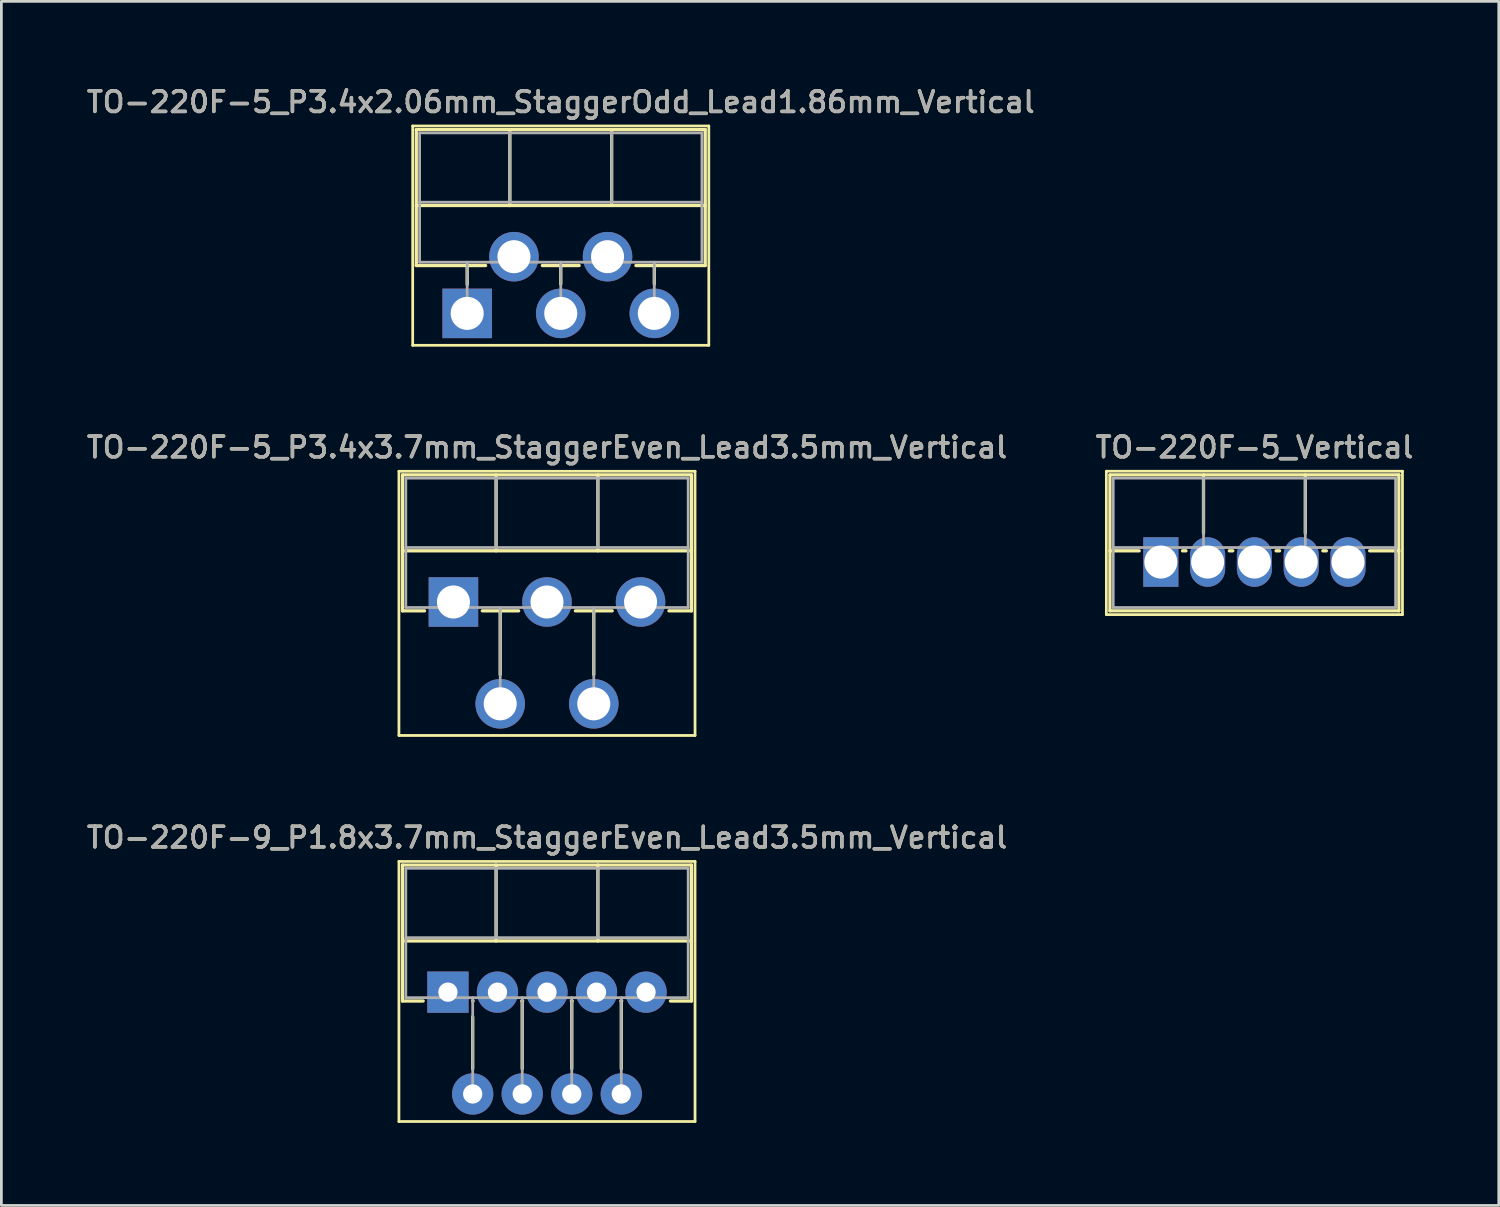
<source format=kicad_pcb>
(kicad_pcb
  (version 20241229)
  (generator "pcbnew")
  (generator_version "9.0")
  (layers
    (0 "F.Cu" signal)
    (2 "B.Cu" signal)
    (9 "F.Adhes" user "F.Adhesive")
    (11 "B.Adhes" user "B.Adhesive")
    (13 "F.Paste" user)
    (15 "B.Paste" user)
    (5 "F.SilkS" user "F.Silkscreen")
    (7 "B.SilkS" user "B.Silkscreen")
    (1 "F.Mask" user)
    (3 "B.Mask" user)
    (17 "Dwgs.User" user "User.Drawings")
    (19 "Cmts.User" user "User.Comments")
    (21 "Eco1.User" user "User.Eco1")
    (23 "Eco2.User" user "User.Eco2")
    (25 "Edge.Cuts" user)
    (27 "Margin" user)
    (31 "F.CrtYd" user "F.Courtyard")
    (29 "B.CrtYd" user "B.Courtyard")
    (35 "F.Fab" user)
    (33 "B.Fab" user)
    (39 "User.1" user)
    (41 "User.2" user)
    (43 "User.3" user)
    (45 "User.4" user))
  (footprint "TO-220F-5_P3.4x2.06mm_StaggerOdd_Lead1.86mm_Vertical"
    (layer "F.Cu")
    (at 13.927 8.338)
    (property "Reference" "TO-220F-5_P3.4x2.06mm_StaggerOdd_Lead1.86mm_Vertical" (at 3.4 -7.68 0) (layer "F.SilkS") (effects (font (size 0.75 0.75) (thickness 0.125))))
    (attr through_hole)
    (fp_line (start -1.98 -6.81) (end -1.98 1.16) (stroke (width 0.1) (type solid)) (layer "F.SilkS"))
    (fp_line (start -1.98 1.16) (end 8.78 1.16) (stroke (width 0.1) (type solid)) (layer "F.SilkS"))
    (fp_line (start -1.85 -6.68) (end -1.85 -1.739) (stroke (width 0.12) (type solid)) (layer "F.SilkS"))
    (fp_line (start -1.85 -6.68) (end 8.65 -6.68) (stroke (width 0.12) (type solid)) (layer "F.SilkS"))
    (fp_line (start -1.85 -3.921) (end 8.65 -3.921) (stroke (width 0.12) (type solid)) (layer "F.SilkS"))
    (fp_line (start -1.85 -1.739) (end 0.669 -1.739) (stroke (width 0.12) (type solid)) (layer "F.SilkS"))
    (fp_line (start 0 -1.739) (end 0 -1.05) (stroke (width 0.12) (type solid)) (layer "F.SilkS"))
    (fp_line (start 1.55 -6.68) (end 1.55 -3.921) (stroke (width 0.12) (type solid)) (layer "F.SilkS"))
    (fp_line (start 2.732 -1.739) (end 4.069 -1.739) (stroke (width 0.12) (type solid)) (layer "F.SilkS"))
    (fp_line (start 3.4 -1.739) (end 3.4 -1.065) (stroke (width 0.12) (type solid)) (layer "F.SilkS"))
    (fp_line (start 5.25 -6.68) (end 5.25 -3.921) (stroke (width 0.12) (type solid)) (layer "F.SilkS"))
    (fp_line (start 6.132 -1.739) (end 8.65 -1.739) (stroke (width 0.12) (type solid)) (layer "F.SilkS"))
    (fp_line (start 6.8 -1.739) (end 6.8 -1.065) (stroke (width 0.12) (type solid)) (layer "F.SilkS"))
    (fp_line (start 8.65 -6.68) (end 8.65 -1.739) (stroke (width 0.12) (type solid)) (layer "F.SilkS"))
    (fp_line (start 8.78 -6.81) (end -1.98 -6.81) (stroke (width 0.1) (type solid)) (layer "F.SilkS"))
    (fp_line (start 8.78 1.16) (end 8.78 -6.81) (stroke (width 0.1) (type solid)) (layer "F.SilkS"))
    (fp_line (start -1.73 -6.56) (end -1.73 -1.86) (stroke (width 0.1) (type solid)) (layer "F.Fab"))
    (fp_line (start -1.73 -4.04) (end 8.53 -4.04) (stroke (width 0.1) (type solid)) (layer "F.Fab"))
    (fp_line (start -1.73 -1.86) (end 8.53 -1.86) (stroke (width 0.1) (type solid)) (layer "F.Fab"))
    (fp_line (start 0 -1.86) (end 0 0) (stroke (width 0.1) (type solid)) (layer "F.Fab"))
    (fp_line (start 1.55 -6.56) (end 1.55 -4.04) (stroke (width 0.1) (type solid)) (layer "F.Fab"))
    (fp_line (start 3.4 -1.86) (end 3.4 0) (stroke (width 0.1) (type solid)) (layer "F.Fab"))
    (fp_line (start 5.25 -6.56) (end 5.25 -4.04) (stroke (width 0.1) (type solid)) (layer "F.Fab"))
    (fp_line (start 6.8 -1.86) (end 6.8 0) (stroke (width 0.1) (type solid)) (layer "F.Fab"))
    (fp_line (start 8.53 -6.56) (end -1.73 -6.56) (stroke (width 0.1) (type solid)) (layer "F.Fab"))
    (fp_line (start 8.53 -1.86) (end 8.53 -6.56) (stroke (width 0.1) (type solid)) (layer "F.Fab"))
    (fp_text user "${REFERENCE}" (at 3.4 -7.68 0) (layer "F.Fab") (effects (font (size 0.75 0.75) (thickness 0.125))))
    (pad "1" thru_hole rect (at 0 0) (size 1.8 1.8) (drill 1.2) (layers "*.Cu" "*.Mask"))
    (pad "2" thru_hole oval (at 1.7 -2.06) (size 1.8 1.8) (drill 1.2) (layers "*.Cu" "*.Mask"))
    (pad "3" thru_hole oval (at 3.4 0) (size 1.8 1.8) (drill 1.2) (layers "*.Cu" "*.Mask"))
    (pad "4" thru_hole oval (at 5.1 -2.06) (size 1.8 1.8) (drill 1.2) (layers "*.Cu" "*.Mask"))
    (pad "5" thru_hole oval (at 6.8 0) (size 1.8 1.8) (drill 1.2) (layers "*.Cu" "*.Mask")))
  (footprint "TO-220F-5_Vertical"
    (layer "F.Cu")
    (at 39.134 17.374)
    (property "Reference" "TO-220F-5_Vertical" (at 3.4 -4.168 0) (layer "F.SilkS") (effects (font (size 0.75 0.75) (thickness 0.125))))
    (attr through_hole)
    (fp_line (start -1.98 -3.3) (end -1.98 1.91) (stroke (width 0.1) (type solid)) (layer "F.SilkS"))
    (fp_line (start -1.98 1.91) (end 8.78 1.91) (stroke (width 0.1) (type solid)) (layer "F.SilkS"))
    (fp_line (start -1.85 -3.168) (end -1.85 1.773) (stroke (width 0.12) (type solid)) (layer "F.SilkS"))
    (fp_line (start -1.85 -3.168) (end 8.65 -3.168) (stroke (width 0.12) (type solid)) (layer "F.SilkS"))
    (fp_line (start -1.85 -0.408) (end -0.788 -0.408) (stroke (width 0.12) (type solid)) (layer "F.SilkS"))
    (fp_line (start -1.85 1.773) (end 8.65 1.773) (stroke (width 0.12) (type solid)) (layer "F.SilkS"))
    (fp_line (start 0.788 -0.408) (end 0.913 -0.408) (stroke (width 0.12) (type solid)) (layer "F.SilkS"))
    (fp_line (start 1.55 -3.168) (end 1.55 -1.05) (stroke (width 0.12) (type solid)) (layer "F.SilkS"))
    (fp_line (start 2.488 -0.408) (end 2.613 -0.408) (stroke (width 0.12) (type solid)) (layer "F.SilkS"))
    (fp_line (start 4.188 -0.408) (end 4.313 -0.408) (stroke (width 0.12) (type solid)) (layer "F.SilkS"))
    (fp_line (start 5.25 -3.168) (end 5.25 -1.05) (stroke (width 0.12) (type solid)) (layer "F.SilkS"))
    (fp_line (start 5.888 -0.408) (end 6.013 -0.408) (stroke (width 0.12) (type solid)) (layer "F.SilkS"))
    (fp_line (start 7.588 -0.408) (end 8.65 -0.408) (stroke (width 0.12) (type solid)) (layer "F.SilkS"))
    (fp_line (start 8.65 -3.168) (end 8.65 1.773) (stroke (width 0.12) (type solid)) (layer "F.SilkS"))
    (fp_line (start 8.78 -3.3) (end -1.98 -3.3) (stroke (width 0.1) (type solid)) (layer "F.SilkS"))
    (fp_line (start 8.78 1.91) (end 8.78 -3.3) (stroke (width 0.1) (type solid)) (layer "F.SilkS"))
    (fp_line (start -1.73 -3.047) (end -1.73 1.653) (stroke (width 0.1) (type solid)) (layer "F.Fab"))
    (fp_line (start -1.73 -0.527) (end 8.53 -0.527) (stroke (width 0.1) (type solid)) (layer "F.Fab"))
    (fp_line (start -1.73 1.653) (end 8.53 1.653) (stroke (width 0.1) (type solid)) (layer "F.Fab"))
    (fp_line (start 1.55 -3.047) (end 1.55 -0.527) (stroke (width 0.1) (type solid)) (layer "F.Fab"))
    (fp_line (start 5.25 -3.047) (end 5.25 -0.527) (stroke (width 0.1) (type solid)) (layer "F.Fab"))
    (fp_line (start 8.53 -3.047) (end -1.73 -3.047) (stroke (width 0.1) (type solid)) (layer "F.Fab"))
    (fp_line (start 8.53 1.653) (end 8.53 -3.047) (stroke (width 0.1) (type solid)) (layer "F.Fab"))
    (fp_text user "${REFERENCE}" (at 3.4 -4.168 0) (layer "F.Fab") (effects (font (size 0.75 0.75) (thickness 0.125))))
    (pad "1" thru_hole rect (at 0 0) (size 1.275 1.8) (drill 1.2) (layers "*.Cu" "*.Mask"))
    (pad "2" thru_hole oval (at 1.7 0) (size 1.275 1.8) (drill 1.2) (layers "*.Cu" "*.Mask"))
    (pad "3" thru_hole oval (at 3.4 0) (size 1.275 1.8) (drill 1.2) (layers "*.Cu" "*.Mask"))
    (pad "4" thru_hole oval (at 5.1 0) (size 1.275 1.8) (drill 1.2) (layers "*.Cu" "*.Mask"))
    (pad "5" thru_hole oval (at 6.8 0) (size 1.275 1.8) (drill 1.2) (layers "*.Cu" "*.Mask")))
  (footprint "TO-220F-5_P3.4x3.7mm_StaggerEven_Lead3.5mm_Vertical"
    (layer "F.Cu")
    (at 13.427 18.826)
    (property "Reference" "TO-220F-5_P3.4x3.7mm_StaggerEven_Lead3.5mm_Vertical" (at 3.4 -5.62 0) (layer "F.SilkS") (effects (font (size 0.75 0.75) (thickness 0.125))))
    (attr through_hole)
    (fp_line (start -1.98 -4.75) (end -1.98 4.85) (stroke (width 0.1) (type solid)) (layer "F.SilkS"))
    (fp_line (start -1.98 4.85) (end 8.78 4.85) (stroke (width 0.1) (type solid)) (layer "F.SilkS"))
    (fp_line (start -1.85 -4.62) (end -1.85 0.321) (stroke (width 0.12) (type solid)) (layer "F.SilkS"))
    (fp_line (start -1.85 -4.62) (end 8.65 -4.62) (stroke (width 0.12) (type solid)) (layer "F.SilkS"))
    (fp_line (start -1.85 -1.861) (end 8.65 -1.861) (stroke (width 0.12) (type solid)) (layer "F.SilkS"))
    (fp_line (start -1.85 0.321) (end -1.05 0.321) (stroke (width 0.12) (type solid)) (layer "F.SilkS"))
    (fp_line (start 1.05 0.321) (end 2.369 0.321) (stroke (width 0.12) (type solid)) (layer "F.SilkS"))
    (fp_line (start 1.55 -4.62) (end 1.55 -1.861) (stroke (width 0.12) (type solid)) (layer "F.SilkS"))
    (fp_line (start 1.7 0.321) (end 1.7 2.635) (stroke (width 0.12) (type solid)) (layer "F.SilkS"))
    (fp_line (start 4.432 0.321) (end 5.769 0.321) (stroke (width 0.12) (type solid)) (layer "F.SilkS"))
    (fp_line (start 5.1 0.321) (end 5.1 2.635) (stroke (width 0.12) (type solid)) (layer "F.SilkS"))
    (fp_line (start 5.25 -4.62) (end 5.25 -1.861) (stroke (width 0.12) (type solid)) (layer "F.SilkS"))
    (fp_line (start 7.832 0.321) (end 8.65 0.321) (stroke (width 0.12) (type solid)) (layer "F.SilkS"))
    (fp_line (start 8.65 -4.62) (end 8.65 0.321) (stroke (width 0.12) (type solid)) (layer "F.SilkS"))
    (fp_line (start 8.78 -4.75) (end -1.98 -4.75) (stroke (width 0.1) (type solid)) (layer "F.SilkS"))
    (fp_line (start 8.78 4.85) (end 8.78 -4.75) (stroke (width 0.1) (type solid)) (layer "F.SilkS"))
    (fp_line (start -1.73 -4.5) (end -1.73 0.2) (stroke (width 0.1) (type solid)) (layer "F.Fab"))
    (fp_line (start -1.73 -1.98) (end 8.53 -1.98) (stroke (width 0.1) (type solid)) (layer "F.Fab"))
    (fp_line (start -1.73 0.2) (end 8.53 0.2) (stroke (width 0.1) (type solid)) (layer "F.Fab"))
    (fp_line (start 1.55 -4.5) (end 1.55 -1.98) (stroke (width 0.1) (type solid)) (layer "F.Fab"))
    (fp_line (start 1.7 0.2) (end 1.7 3.7) (stroke (width 0.1) (type solid)) (layer "F.Fab"))
    (fp_line (start 5.1 0.2) (end 5.1 3.7) (stroke (width 0.1) (type solid)) (layer "F.Fab"))
    (fp_line (start 5.25 -4.5) (end 5.25 -1.98) (stroke (width 0.1) (type solid)) (layer "F.Fab"))
    (fp_line (start 8.53 -4.5) (end -1.73 -4.5) (stroke (width 0.1) (type solid)) (layer "F.Fab"))
    (fp_line (start 8.53 0.2) (end 8.53 -4.5) (stroke (width 0.1) (type solid)) (layer "F.Fab"))
    (fp_text user "${REFERENCE}" (at 3.4 -5.62 0) (layer "F.Fab") (effects (font (size 0.75 0.75) (thickness 0.125))))
    (pad "1" thru_hole rect (at 0 0) (size 1.8 1.8) (drill 1.2) (layers "*.Cu" "*.Mask"))
    (pad "2" thru_hole oval (at 1.7 3.7) (size 1.8 1.8) (drill 1.2) (layers "*.Cu" "*.Mask"))
    (pad "3" thru_hole oval (at 3.4 0) (size 1.8 1.8) (drill 1.2) (layers "*.Cu" "*.Mask"))
    (pad "4" thru_hole oval (at 5.1 3.7) (size 1.8 1.8) (drill 1.2) (layers "*.Cu" "*.Mask"))
    (pad "5" thru_hole oval (at 6.8 0) (size 1.8 1.8) (drill 1.2) (layers "*.Cu" "*.Mask")))
  (footprint "TO-220F-9_P1.8x3.7mm_StaggerEven_Lead3.5mm_Vertical"
    (layer "F.Cu")
    (at 13.227 33.004)
    (property "Reference" "TO-220F-9_P1.8x3.7mm_StaggerEven_Lead3.5mm_Vertical" (at 3.6 -5.62 0) (layer "F.SilkS") (effects (font (size 0.75 0.75) (thickness 0.125))))
    (attr through_hole)
    (fp_line (start -1.78 -4.75) (end -1.78 4.7) (stroke (width 0.1) (type solid)) (layer "F.SilkS"))
    (fp_line (start -1.78 4.7) (end 8.98 4.7) (stroke (width 0.1) (type solid)) (layer "F.SilkS"))
    (fp_line (start -1.65 -4.62) (end -1.65 0.321) (stroke (width 0.12) (type solid)) (layer "F.SilkS"))
    (fp_line (start -1.65 -4.62) (end 8.85 -4.62) (stroke (width 0.12) (type solid)) (layer "F.SilkS"))
    (fp_line (start -1.65 -1.861) (end 8.85 -1.861) (stroke (width 0.12) (type solid)) (layer "F.SilkS"))
    (fp_line (start -1.65 0.321) (end -0.9 0.321) (stroke (width 0.12) (type solid)) (layer "F.SilkS"))
    (fp_line (start 0.9 0.321) (end 0.914 0.321) (stroke (width 0.12) (type solid)) (layer "F.SilkS"))
    (fp_line (start 0.9 0.9) (end 0.9 2.785) (stroke (width 0.12) (type solid)) (layer "F.SilkS"))
    (fp_line (start 1.75 -4.62) (end 1.75 -1.861) (stroke (width 0.12) (type solid)) (layer "F.SilkS"))
    (fp_line (start 2.687 0.321) (end 2.714 0.321) (stroke (width 0.12) (type solid)) (layer "F.SilkS"))
    (fp_line (start 2.7 0.321) (end 2.7 2.785) (stroke (width 0.12) (type solid)) (layer "F.SilkS"))
    (fp_line (start 4.487 0.321) (end 4.514 0.321) (stroke (width 0.12) (type solid)) (layer "F.SilkS"))
    (fp_line (start 4.5 0.321) (end 4.5 2.785) (stroke (width 0.12) (type solid)) (layer "F.SilkS"))
    (fp_line (start 5.45 -4.62) (end 5.45 -1.861) (stroke (width 0.12) (type solid)) (layer "F.SilkS"))
    (fp_line (start 6.287 0.321) (end 6.314 0.321) (stroke (width 0.12) (type solid)) (layer "F.SilkS"))
    (fp_line (start 6.301 0.321) (end 6.301 2.785) (stroke (width 0.12) (type solid)) (layer "F.SilkS"))
    (fp_line (start 8.087 0.321) (end 8.85 0.321) (stroke (width 0.12) (type solid)) (layer "F.SilkS"))
    (fp_line (start 8.85 -4.62) (end 8.85 0.321) (stroke (width 0.12) (type solid)) (layer "F.SilkS"))
    (fp_line (start 8.98 -4.75) (end -1.78 -4.75) (stroke (width 0.1) (type solid)) (layer "F.SilkS"))
    (fp_line (start 8.98 4.7) (end 8.98 -4.75) (stroke (width 0.1) (type solid)) (layer "F.SilkS"))
    (fp_line (start -1.53 -4.5) (end -1.53 0.2) (stroke (width 0.1) (type solid)) (layer "F.Fab"))
    (fp_line (start -1.53 -1.98) (end 8.73 -1.98) (stroke (width 0.1) (type solid)) (layer "F.Fab"))
    (fp_line (start -1.53 0.2) (end 8.73 0.2) (stroke (width 0.1) (type solid)) (layer "F.Fab"))
    (fp_line (start 0.9 0.2) (end 0.9 3.7) (stroke (width 0.1) (type solid)) (layer "F.Fab"))
    (fp_line (start 1.75 -4.5) (end 1.75 -1.98) (stroke (width 0.1) (type solid)) (layer "F.Fab"))
    (fp_line (start 2.7 0.2) (end 2.7 3.7) (stroke (width 0.1) (type solid)) (layer "F.Fab"))
    (fp_line (start 4.5 0.2) (end 4.5 3.7) (stroke (width 0.1) (type solid)) (layer "F.Fab"))
    (fp_line (start 5.45 -4.5) (end 5.45 -1.98) (stroke (width 0.1) (type solid)) (layer "F.Fab"))
    (fp_line (start 6.3 0.2) (end 6.3 3.7) (stroke (width 0.1) (type solid)) (layer "F.Fab"))
    (fp_line (start 8.73 -4.5) (end -1.53 -4.5) (stroke (width 0.1) (type solid)) (layer "F.Fab"))
    (fp_line (start 8.73 0.2) (end 8.73 -4.5) (stroke (width 0.1) (type solid)) (layer "F.Fab"))
    (fp_text user "${REFERENCE}" (at 3.6 -5.62 0) (layer "F.Fab") (effects (font (size 0.75 0.75) (thickness 0.125))))
    (pad "1" thru_hole rect (at 0 0) (size 1.5 1.5) (drill 0.7) (layers "*.Cu" "*.Mask"))
    (pad "2" thru_hole oval (at 0.9 3.7) (size 1.5 1.5) (drill 0.7) (layers "*.Cu" "*.Mask"))
    (pad "3" thru_hole oval (at 1.8 0) (size 1.5 1.5) (drill 0.7) (layers "*.Cu" "*.Mask"))
    (pad "4" thru_hole oval (at 2.7 3.7) (size 1.5 1.5) (drill 0.7) (layers "*.Cu" "*.Mask"))
    (pad "5" thru_hole oval (at 3.6 0) (size 1.5 1.5) (drill 0.7) (layers "*.Cu" "*.Mask"))
    (pad "6" thru_hole oval (at 4.5 3.7) (size 1.5 1.5) (drill 0.7) (layers "*.Cu" "*.Mask"))
    (pad "7" thru_hole oval (at 5.4 0) (size 1.5 1.5) (drill 0.7) (layers "*.Cu" "*.Mask"))
    (pad "8" thru_hole oval (at 6.3 3.7) (size 1.5 1.5) (drill 0.7) (layers "*.Cu" "*.Mask"))
    (pad "9" thru_hole oval (at 7.2 0) (size 1.5 1.5) (drill 0.7) (layers "*.Cu" "*.Mask")))
  (gr_rect
    (start -3 -3)
    (end 51.414 40.754)
    (stroke (width 0.1) (type default))
    (fill no)
    (layer "Edge.Cuts")))
</source>
